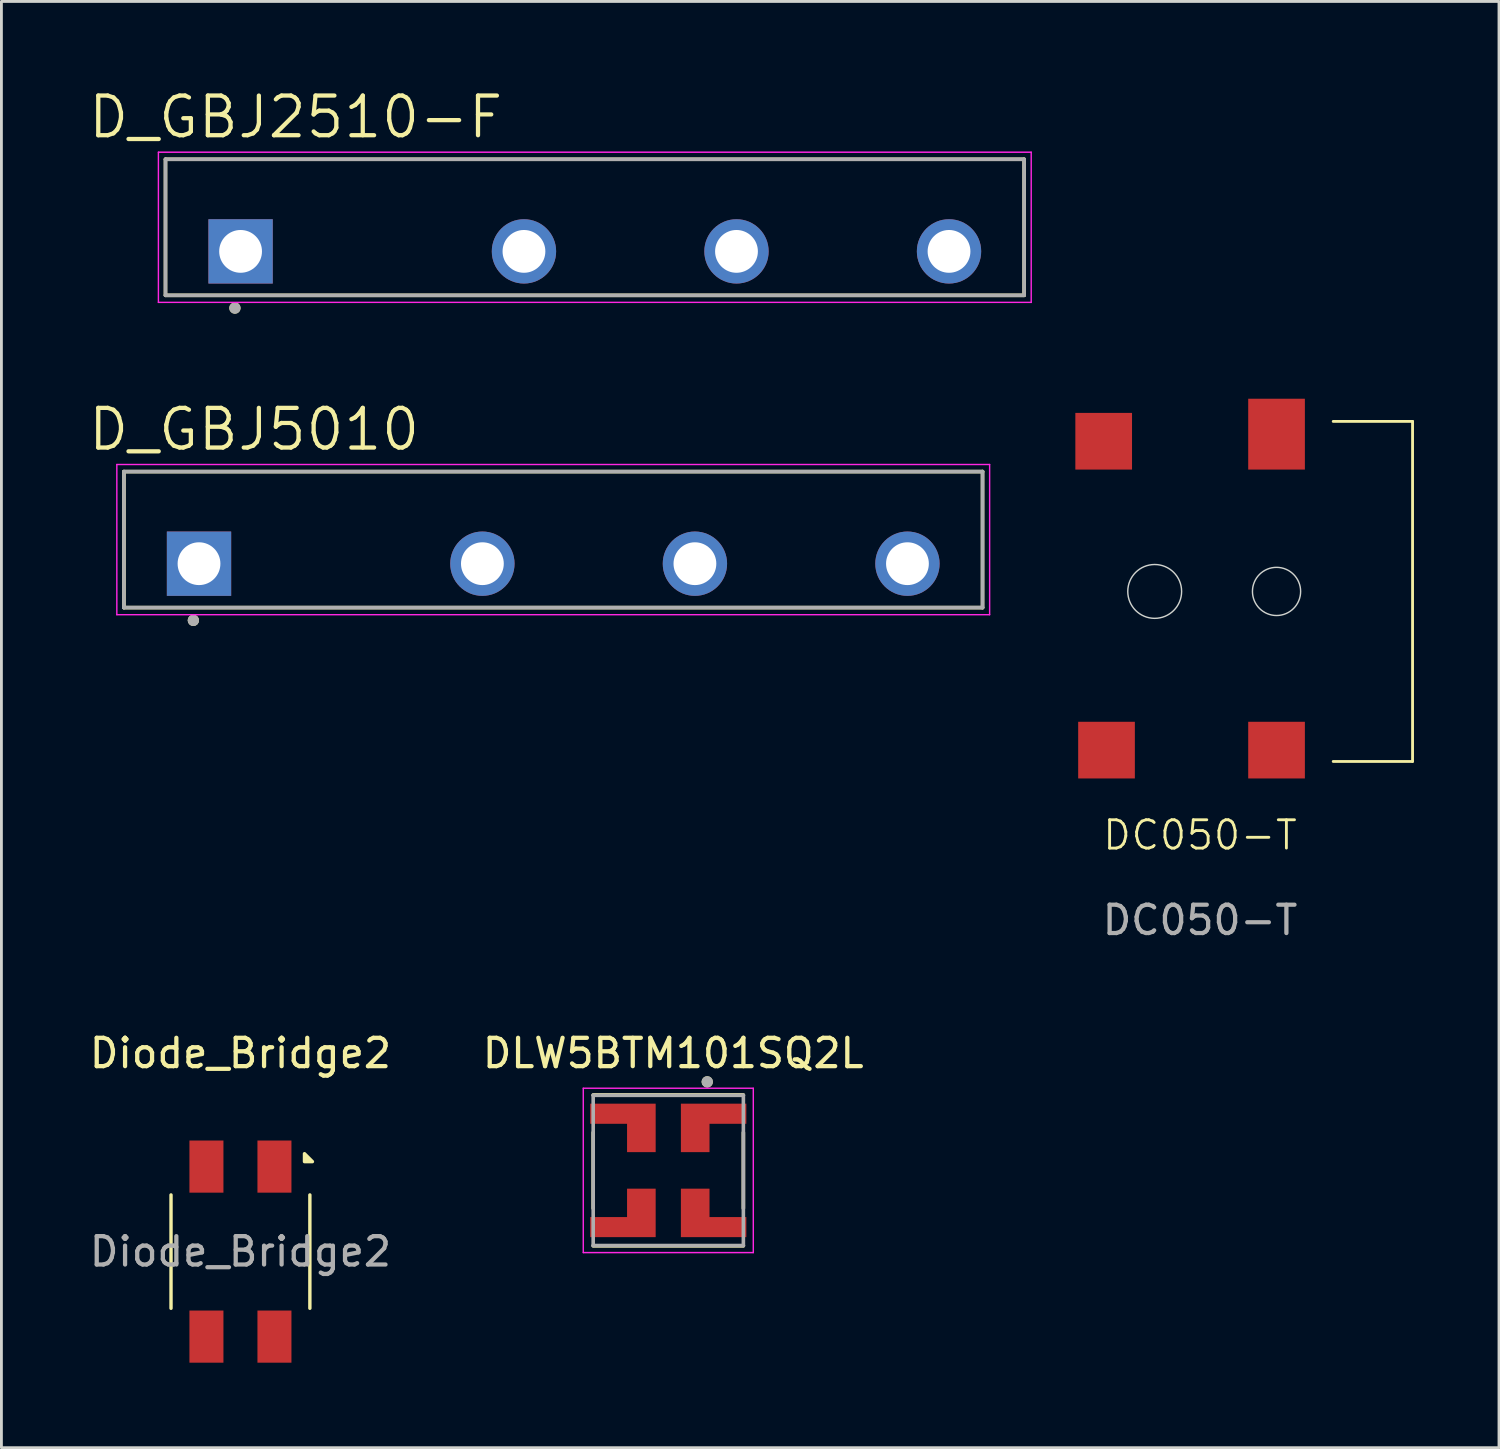
<source format=kicad_pcb>
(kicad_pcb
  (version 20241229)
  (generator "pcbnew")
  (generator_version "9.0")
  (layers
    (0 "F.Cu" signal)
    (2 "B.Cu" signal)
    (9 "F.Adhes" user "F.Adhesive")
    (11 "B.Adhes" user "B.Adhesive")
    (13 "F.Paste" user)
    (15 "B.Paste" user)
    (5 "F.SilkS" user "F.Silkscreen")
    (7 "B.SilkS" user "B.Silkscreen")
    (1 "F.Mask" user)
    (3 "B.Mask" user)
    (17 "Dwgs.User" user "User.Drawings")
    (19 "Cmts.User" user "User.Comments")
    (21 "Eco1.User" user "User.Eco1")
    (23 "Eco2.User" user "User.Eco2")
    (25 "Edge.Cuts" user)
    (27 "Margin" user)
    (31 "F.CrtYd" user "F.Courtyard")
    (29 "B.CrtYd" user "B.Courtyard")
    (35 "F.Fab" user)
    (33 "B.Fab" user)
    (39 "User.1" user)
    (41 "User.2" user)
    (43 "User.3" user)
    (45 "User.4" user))
  (footprint "DLW5BTM101SQ2L"
    (layer "F.Cu")
    (at 20.533 38.253)
    (property "Reference" "DLW5BTM101SQ2L" (at 0.175 -4.135 0) (layer "F.SilkS") (effects (font (size 1 1) (thickness 0.15))))
    (attr smd)
    (fp_poly (pts (xy -0.35 -2.45) (xy -2.85 -2.45) (xy -2.85 -1.55) (xy -1.55 -1.55) (xy -1.55 -0.55) (xy -0.35 -0.55)) (stroke (width 0.01) (type solid)) (fill yes) (layer "F.Mask"))
    (fp_poly (pts (xy -0.35 2.45) (xy -2.85 2.45) (xy -2.85 1.55) (xy -1.55 1.55) (xy -1.55 0.55) (xy -0.35 0.55)) (stroke (width 0.01) (type solid)) (fill yes) (layer "F.Mask"))
    (fp_poly (pts (xy 0.35 -2.45) (xy 2.85 -2.45) (xy 2.85 -1.55) (xy 1.55 -1.55) (xy 1.55 -0.55) (xy 0.35 -0.55)) (stroke (width 0.01) (type solid)) (fill yes) (layer "F.Mask"))
    (fp_poly (pts (xy 0.35 2.45) (xy 2.85 2.45) (xy 2.85 1.55) (xy 1.55 1.55) (xy 1.55 0.55) (xy 0.35 0.55)) (stroke (width 0.01) (type solid)) (fill yes) (layer "F.Mask"))
    (fp_line (start -2.65 -1.337) (end -2.65 1.337) (stroke (width 0.127) (type solid)) (layer "F.SilkS"))
    (fp_line (start -2.65 2.663) (end 2.65 2.663) (stroke (width 0.127) (type solid)) (layer "F.SilkS"))
    (fp_line (start 2.65 -2.663) (end -2.65 -2.663) (stroke (width 0.127) (type solid)) (layer "F.SilkS"))
    (fp_line (start 2.65 1.337) (end 2.65 -1.337) (stroke (width 0.127) (type solid)) (layer "F.SilkS"))
    (fp_circle (center 1.375 -3.125) (end 1.475 -3.125) (stroke (width 0.2) (type solid)) (fill no) (layer "F.SilkS"))
    (fp_poly (pts (xy -0.45 -2.35) (xy -2.75 -2.35) (xy -2.75 -1.65) (xy -1.45 -1.65) (xy -1.45 -0.65) (xy -0.45 -0.65)) (stroke (width 0.01) (type solid)) (fill yes) (layer "F.Paste"))
    (fp_poly (pts (xy -0.45 2.35) (xy -2.75 2.35) (xy -2.75 1.65) (xy -1.45 1.65) (xy -1.45 0.65) (xy -0.45 0.65)) (stroke (width 0.01) (type solid)) (fill yes) (layer "F.Paste"))
    (fp_poly (pts (xy 0.45 -2.35) (xy 2.75 -2.35) (xy 2.75 -1.65) (xy 1.45 -1.65) (xy 1.45 -0.65) (xy 0.45 -0.65)) (stroke (width 0.01) (type solid)) (fill yes) (layer "F.Paste"))
    (fp_poly (pts (xy 0.45 2.35) (xy 2.75 2.35) (xy 2.75 1.65) (xy 1.45 1.65) (xy 1.45 0.65) (xy 0.45 0.65)) (stroke (width 0.01) (type solid)) (fill yes) (layer "F.Paste"))
    (fp_line (start -3 -2.9) (end 3 -2.9) (stroke (width 0.05) (type solid)) (layer "F.CrtYd"))
    (fp_line (start -3 2.9) (end -3 -2.9) (stroke (width 0.05) (type solid)) (layer "F.CrtYd"))
    (fp_line (start 3 -2.9) (end 3 2.9) (stroke (width 0.05) (type solid)) (layer "F.CrtYd"))
    (fp_line (start 3 2.9) (end -3 2.9) (stroke (width 0.05) (type solid)) (layer "F.CrtYd"))
    (fp_line (start -2.65 -2.65) (end -2.65 2.65) (stroke (width 0.127) (type solid)) (layer "F.Fab"))
    (fp_line (start -2.65 2.65) (end 2.65 2.65) (stroke (width 0.127) (type solid)) (layer "F.Fab"))
    (fp_line (start 2.65 -2.65) (end -2.65 -2.65) (stroke (width 0.127) (type solid)) (layer "F.Fab"))
    (fp_line (start 2.65 2.65) (end 2.65 -2.65) (stroke (width 0.127) (type solid)) (layer "F.Fab"))
    (fp_circle (center 1.375 -3.125) (end 1.475 -3.125) (stroke (width 0.2) (type solid)) (fill no) (layer "F.Fab"))
    (pad "1" smd custom (at 0.875 -1.075) (size 0.75 0.75) (layers "F.Cu") (options (anchor rect)) (primitives (gr_poly (pts (xy -0.425 -1.275) (xy 1.875 -1.275) (xy 1.875 -0.575) (xy 0.575 -0.575) (xy 0.575 0.425) (xy -0.425 0.425)) (width 0.01) (fill yes))))
    (pad "2" smd custom (at -0.875 -1.075) (size 0.75 0.75) (layers "F.Cu") (options (anchor rect)) (primitives (gr_poly (pts (xy 0.425 -1.275) (xy -1.875 -1.275) (xy -1.875 -0.575) (xy -0.575 -0.575) (xy -0.575 0.425) (xy 0.425 0.425)) (width 0.01) (fill yes))))
    (pad "3" smd custom (at -0.875 1.075) (size 0.75 0.75) (layers "F.Cu") (options (anchor rect)) (primitives (gr_poly (pts (xy 0.425 1.275) (xy -1.875 1.275) (xy -1.875 0.575) (xy -0.575 0.575) (xy -0.575 -0.425) (xy 0.425 -0.425)) (width 0.01) (fill yes))))
    (pad "4" smd custom (at 0.875 1.075) (size 0.75 0.75) (layers "F.Cu") (options (anchor rect)) (primitives (gr_poly (pts (xy -0.425 1.275) (xy 1.875 1.275) (xy 1.875 0.575) (xy 0.575 0.575) (xy 0.575 -0.425) (xy -0.425 -0.425)) (width 0.01) (fill yes)))))
  (footprint "Diode_Bridge2"
    (layer "F.Cu")
    (at 5.435 41.118)
    (property "Reference" "Diode_Bridge2" (at 0 -7 0) (layer "F.SilkS") (effects (font (size 1 1) (thickness 0.15))))
    (attr smd)
    (fp_line (start -2.45 -2) (end -2.45 2) (stroke (width 0.12) (type solid)) (layer "F.SilkS"))
    (fp_line (start 2.45 -2) (end 2.45 2) (stroke (width 0.12) (type solid)) (layer "F.SilkS"))
    (fp_poly (pts (xy 2.26 -3.175) (xy 2.26 -3.455) (xy 2.54 -3.175) (xy 2.26 -3.175)) (stroke (width 0.12) (type solid)) (fill yes) (layer "F.SilkS"))
    (fp_text user "${REFERENCE}" (at 0 0 0) (layer "F.Fab") (effects (font (size 1 1) (thickness 0.15))))
    (pad "1" smd rect (at 1.2 -3) (size 1.2 1.84) (layers "F.Cu" "F.Mask" "F.Paste"))
    (pad "2" smd rect (at -1.2 -3) (size 1.2 1.84) (layers "F.Cu" "F.Mask" "F.Paste"))
    (pad "3" smd rect (at -1.2 3) (size 1.2 1.84) (layers "F.Cu" "F.Mask" "F.Paste"))
    (pad "4" smd rect (at 1.2 3) (size 1.2 1.84) (layers "F.Cu" "F.Mask" "F.Paste")))
  (footprint "D_GBJ5010"
    (layer "F.Cu")
    (at 16.473 15.992)
    (property "Reference" "D_GBJ5010" (at -10.555 -3.889 0) (layer "F.SilkS") (effects (font (size 1.4 1.4) (thickness 0.15))))
    (attr through_hole)
    (fp_line (start -15.15 -2.4) (end -15.15 2.4) (stroke (width 0.127) (type solid)) (layer "F.SilkS"))
    (fp_line (start -15.15 2.4) (end 15.15 2.4) (stroke (width 0.127) (type solid)) (layer "F.SilkS"))
    (fp_line (start 15.15 -2.4) (end -15.15 -2.4) (stroke (width 0.127) (type solid)) (layer "F.SilkS"))
    (fp_line (start 15.15 2.4) (end 15.15 -2.4) (stroke (width 0.127) (type solid)) (layer "F.SilkS"))
    (fp_circle (center -12.7 2.85) (end -12.6 2.85) (stroke (width 0.2) (type solid)) (fill no) (layer "F.SilkS"))
    (fp_line (start -15.4 -2.65) (end 15.4 -2.65) (stroke (width 0.05) (type solid)) (layer "F.CrtYd"))
    (fp_line (start -15.4 2.65) (end -15.4 -2.65) (stroke (width 0.05) (type solid)) (layer "F.CrtYd"))
    (fp_line (start 15.4 -2.65) (end 15.4 2.65) (stroke (width 0.05) (type solid)) (layer "F.CrtYd"))
    (fp_line (start 15.4 2.65) (end -15.4 2.65) (stroke (width 0.05) (type solid)) (layer "F.CrtYd"))
    (fp_line (start -15.15 -2.4) (end -15.15 2.4) (stroke (width 0.127) (type solid)) (layer "F.Fab"))
    (fp_line (start -15.15 2.4) (end 15.15 2.4) (stroke (width 0.127) (type solid)) (layer "F.Fab"))
    (fp_line (start 15.15 -2.4) (end -15.15 -2.4) (stroke (width 0.127) (type solid)) (layer "F.Fab"))
    (fp_line (start 15.15 2.4) (end 15.15 -2.4) (stroke (width 0.127) (type solid)) (layer "F.Fab"))
    (fp_circle (center -12.7 2.85) (end -12.6 2.85) (stroke (width 0.2) (type solid)) (fill no) (layer "F.Fab"))
    (pad "1" thru_hole rect (at -12.5 0.85) (size 2.27 2.27) (drill 1.51) (layers "*.Cu" "*.Mask"))
    (pad "2" thru_hole circle (at -2.5 0.85) (size 2.27 2.27) (drill 1.51) (layers "*.Cu" "*.Mask"))
    (pad "3" thru_hole circle (at 5 0.85) (size 2.27 2.27) (drill 1.51) (layers "*.Cu" "*.Mask"))
    (pad "4" thru_hole circle (at 12.5 0.85) (size 2.27 2.27) (drill 1.51) (layers "*.Cu" "*.Mask")))
  (footprint "DC050-T"
    (layer "F.Cu")
    (at 38.998 17.821)
    (property "Reference" "DC050-T" (at 0.3 8.6 0) (unlocked yes) (layer "F.SilkS") (effects (font (size 1 1) (thickness 0.1))))
    (attr smd)
    (fp_line (start 5 6) (end 7.8 6) (stroke (width 0.1) (type default)) (layer "F.SilkS"))
    (fp_line (start 7.8 -6) (end 5 -6) (stroke (width 0.1) (type default)) (layer "F.SilkS"))
    (fp_line (start 7.8 6) (end 7.8 -6) (stroke (width 0.1) (type default)) (layer "F.SilkS"))
    (fp_circle (center -1.3 0) (end -0.35 0) (stroke (width 0.05) (type default)) (fill no) (layer "Edge.Cuts"))
    (fp_circle (center 3 0) (end 3.85 0) (stroke (width 0.05) (type default)) (fill no) (layer "Edge.Cuts"))
    (fp_text user "${REFERENCE}" (at 0.3 11.6 0) (unlocked yes) (layer "F.Fab") (effects (font (size 1 1) (thickness 0.15))))
    (pad "1" smd rect (at -3 5.6) (size 2 2) (layers "F.Cu" "F.Mask" "F.Paste"))
    (pad "1" smd rect (at 3 5.6) (size 2 2) (layers "F.Cu" "F.Mask" "F.Paste"))
    (pad "2" smd rect (at -3.1 -5.3) (size 2 2) (layers "F.Cu" "F.Mask" "F.Paste"))
    (pad "2" smd rect (at 3 -5.55) (size 2 2.5) (layers "F.Cu" "F.Mask" "F.Paste")))
  (footprint "D_GBJ2510-F"
    (layer "F.Cu")
    (at 17.94 4.971)
    (property "Reference" "D_GBJ2510-F" (at -10.555 -3.889 0) (layer "F.SilkS") (effects (font (size 1.4 1.4) (thickness 0.15))))
    (attr through_hole)
    (fp_line (start -15.15 -2.4) (end -15.15 2.4) (stroke (width 0.127) (type solid)) (layer "F.SilkS"))
    (fp_line (start -15.15 2.4) (end 15.15 2.4) (stroke (width 0.127) (type solid)) (layer "F.SilkS"))
    (fp_line (start 15.15 -2.4) (end -15.15 -2.4) (stroke (width 0.127) (type solid)) (layer "F.SilkS"))
    (fp_line (start 15.15 2.4) (end 15.15 -2.4) (stroke (width 0.127) (type solid)) (layer "F.SilkS"))
    (fp_circle (center -12.7 2.85) (end -12.6 2.85) (stroke (width 0.2) (type solid)) (fill no) (layer "F.SilkS"))
    (fp_line (start -15.4 -2.65) (end 15.4 -2.65) (stroke (width 0.05) (type solid)) (layer "F.CrtYd"))
    (fp_line (start -15.4 2.65) (end -15.4 -2.65) (stroke (width 0.05) (type solid)) (layer "F.CrtYd"))
    (fp_line (start 15.4 -2.65) (end 15.4 2.65) (stroke (width 0.05) (type solid)) (layer "F.CrtYd"))
    (fp_line (start 15.4 2.65) (end -15.4 2.65) (stroke (width 0.05) (type solid)) (layer "F.CrtYd"))
    (fp_line (start -15.15 -2.4) (end -15.15 2.4) (stroke (width 0.127) (type solid)) (layer "F.Fab"))
    (fp_line (start -15.15 2.4) (end 15.15 2.4) (stroke (width 0.127) (type solid)) (layer "F.Fab"))
    (fp_line (start 15.15 -2.4) (end -15.15 -2.4) (stroke (width 0.127) (type solid)) (layer "F.Fab"))
    (fp_line (start 15.15 2.4) (end 15.15 -2.4) (stroke (width 0.127) (type solid)) (layer "F.Fab"))
    (fp_circle (center -12.7 2.85) (end -12.6 2.85) (stroke (width 0.2) (type solid)) (fill no) (layer "F.Fab"))
    (pad "1" thru_hole rect (at -12.5 0.85) (size 2.27 2.27) (drill 1.51) (layers "*.Cu" "*.Mask"))
    (pad "2" thru_hole circle (at -2.5 0.85) (size 2.27 2.27) (drill 1.51) (layers "*.Cu" "*.Mask"))
    (pad "3" thru_hole circle (at 5 0.85) (size 2.27 2.27) (drill 1.51) (layers "*.Cu" "*.Mask"))
    (pad "4" thru_hole circle (at 12.5 0.85) (size 2.27 2.27) (drill 1.51) (layers "*.Cu" "*.Mask")))
  (gr_rect
    (start -3 -3)
    (end 49.848 48.038)
    (stroke (width 0.1) (type default))
    (fill no)
    (layer "Edge.Cuts")))
</source>
